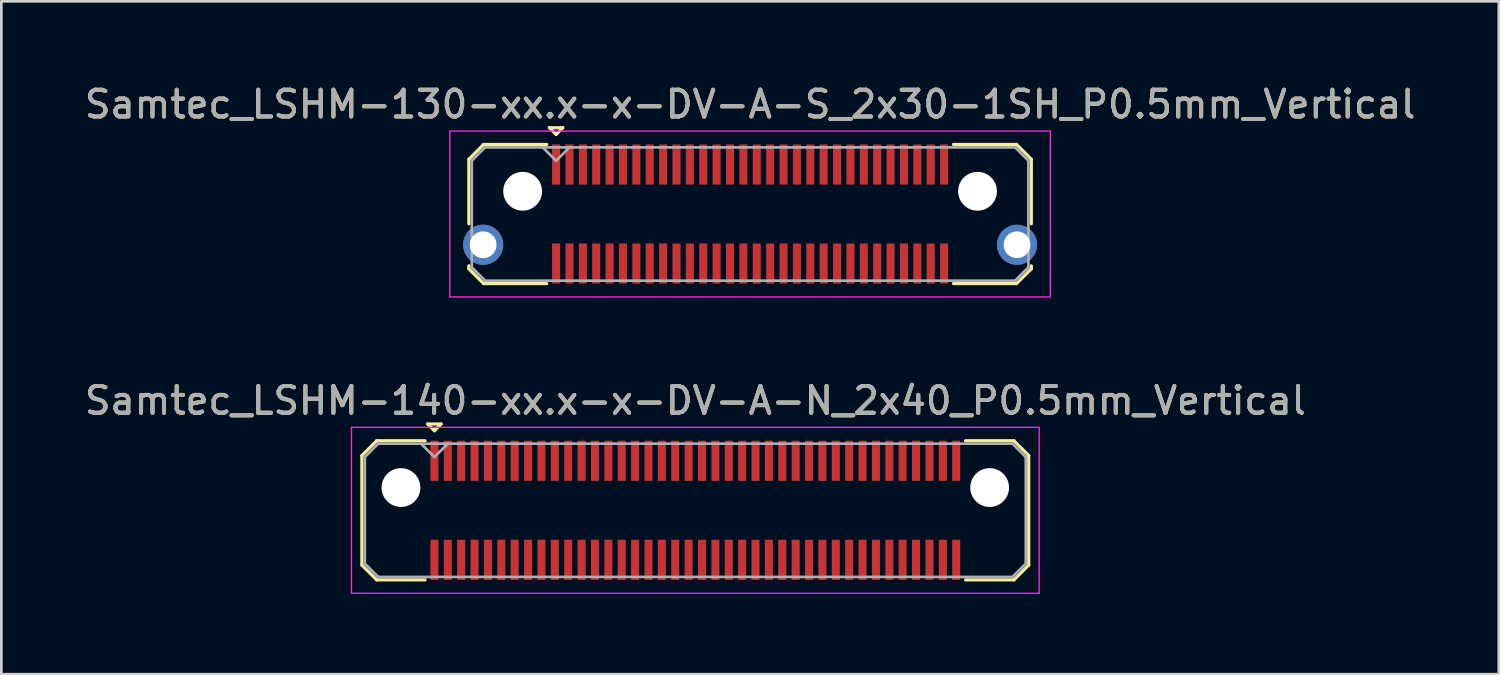
<source format=kicad_pcb>
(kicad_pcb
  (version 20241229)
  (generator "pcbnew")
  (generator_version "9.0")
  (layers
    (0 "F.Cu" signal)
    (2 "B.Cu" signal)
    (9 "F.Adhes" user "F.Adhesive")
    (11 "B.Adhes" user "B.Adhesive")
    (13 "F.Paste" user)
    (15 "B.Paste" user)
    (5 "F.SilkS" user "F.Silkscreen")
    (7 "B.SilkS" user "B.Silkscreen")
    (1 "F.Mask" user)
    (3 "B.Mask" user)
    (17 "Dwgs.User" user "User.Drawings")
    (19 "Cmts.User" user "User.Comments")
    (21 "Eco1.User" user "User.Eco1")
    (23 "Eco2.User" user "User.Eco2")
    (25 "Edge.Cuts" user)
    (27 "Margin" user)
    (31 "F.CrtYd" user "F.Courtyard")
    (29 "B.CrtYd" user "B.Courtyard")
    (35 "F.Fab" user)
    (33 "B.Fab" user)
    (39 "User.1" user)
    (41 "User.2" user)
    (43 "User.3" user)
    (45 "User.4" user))
  (footprint "Samtec_LSHM-130-xx.x-x-DV-A-S_2x30-1SH_P0.5mm_Vertical"
    (layer "F.Cu")
    (at 24.982 4.948)
    (property "Reference" "Samtec_LSHM-130-xx.x-x-DV-A-S_2x30-1SH_P0.5mm_Vertical" (at 0 -4.1 0) (layer "F.SilkS") (effects (font (size 1 1) (thickness 0.15))))
    (attr smd)
    (fp_line (start -10.51 -2.047) (end -10.51 0.365) (stroke (width 0.12) (type solid)) (layer "F.SilkS"))
    (fp_line (start -10.51 1.935) (end -10.51 2.047) (stroke (width 0.12) (type solid)) (layer "F.SilkS"))
    (fp_line (start -10.51 2.047) (end -9.957 2.6) (stroke (width 0.12) (type solid)) (layer "F.SilkS"))
    (fp_line (start -9.957 -2.6) (end -10.51 -2.047) (stroke (width 0.12) (type solid)) (layer "F.SilkS"))
    (fp_line (start -9.957 2.6) (end -7.6 2.6) (stroke (width 0.12) (type solid)) (layer "F.SilkS"))
    (fp_line (start -7.6 -2.6) (end -9.957 -2.6) (stroke (width 0.12) (type solid)) (layer "F.SilkS"))
    (fp_line (start -7.5 -3.225) (end -7 -3.225) (stroke (width 0.12) (type solid)) (layer "F.SilkS"))
    (fp_line (start -7.25 -2.975) (end -7.5 -3.225) (stroke (width 0.12) (type solid)) (layer "F.SilkS"))
    (fp_line (start -7 -3.225) (end -7.25 -2.975) (stroke (width 0.12) (type solid)) (layer "F.SilkS"))
    (fp_line (start 7.6 -2.6) (end 9.957 -2.6) (stroke (width 0.12) (type solid)) (layer "F.SilkS"))
    (fp_line (start 9.957 -2.6) (end 10.51 -2.047) (stroke (width 0.12) (type solid)) (layer "F.SilkS"))
    (fp_line (start 9.957 2.6) (end 7.6 2.6) (stroke (width 0.12) (type solid)) (layer "F.SilkS"))
    (fp_line (start 10.51 -2.047) (end 10.51 0.365) (stroke (width 0.12) (type solid)) (layer "F.SilkS"))
    (fp_line (start 10.51 1.935) (end 10.51 2.047) (stroke (width 0.12) (type solid)) (layer "F.SilkS"))
    (fp_line (start 10.51 2.047) (end 9.957 2.6) (stroke (width 0.12) (type solid)) (layer "F.SilkS"))
    (fp_line (start -11.22 -3.1) (end -11.22 3.1) (stroke (width 0.05) (type solid)) (layer "F.CrtYd"))
    (fp_line (start -11.22 3.1) (end 11.22 3.1) (stroke (width 0.05) (type solid)) (layer "F.CrtYd"))
    (fp_line (start 11.22 -3.1) (end -11.22 -3.1) (stroke (width 0.05) (type solid)) (layer "F.CrtYd"))
    (fp_line (start 11.22 3.1) (end 11.22 -3.1) (stroke (width 0.05) (type solid)) (layer "F.CrtYd"))
    (fp_line (start -10.4 -1.992) (end -10.4 1.992) (stroke (width 0.1) (type solid)) (layer "F.Fab"))
    (fp_line (start -10.4 1.992) (end -9.902 2.49) (stroke (width 0.1) (type solid)) (layer "F.Fab"))
    (fp_line (start -9.902 -2.49) (end -10.4 -1.992) (stroke (width 0.1) (type solid)) (layer "F.Fab"))
    (fp_line (start -9.902 2.49) (end 9.902 2.49) (stroke (width 0.1) (type solid)) (layer "F.Fab"))
    (fp_line (start -7.25 -1.99) (end -7.75 -2.49) (stroke (width 0.1) (type solid)) (layer "F.Fab"))
    (fp_line (start -6.75 -2.49) (end -7.25 -1.99) (stroke (width 0.1) (type solid)) (layer "F.Fab"))
    (fp_line (start 9.902 -2.49) (end -9.902 -2.49) (stroke (width 0.1) (type solid)) (layer "F.Fab"))
    (fp_line (start 9.902 2.49) (end 10.4 1.992) (stroke (width 0.1) (type solid)) (layer "F.Fab"))
    (fp_line (start 10.4 -1.992) (end 9.902 -2.49) (stroke (width 0.1) (type solid)) (layer "F.Fab"))
    (fp_line (start 10.4 1.992) (end 10.4 -1.992) (stroke (width 0.1) (type solid)) (layer "F.Fab"))
    (fp_text user "${REFERENCE}" (at 0 -4.1 0) (layer "F.Fab") (effects (font (size 1 1) (thickness 0.15))))
    (pad "" np_thru_hole circle (at -8.5 -0.85) (size 1.45 1.45) (drill 1.45) (layers "*.Cu" "*.Mask"))
    (pad "" np_thru_hole circle (at 8.5 -0.85) (size 1.45 1.45) (drill 1.45) (layers "*.Cu" "*.Mask"))
    (pad "1" smd rect (at -7.25 -1.85) (size 0.3 1.5) (layers "F.Cu" "F.Mask" "F.Paste"))
    (pad "2" smd rect (at -7.25 1.85) (size 0.3 1.5) (layers "F.Cu" "F.Mask" "F.Paste"))
    (pad "3" smd rect (at -6.75 -1.85) (size 0.3 1.5) (layers "F.Cu" "F.Mask" "F.Paste"))
    (pad "4" smd rect (at -6.75 1.85) (size 0.3 1.5) (layers "F.Cu" "F.Mask" "F.Paste"))
    (pad "5" smd rect (at -6.25 -1.85) (size 0.3 1.5) (layers "F.Cu" "F.Mask" "F.Paste"))
    (pad "6" smd rect (at -6.25 1.85) (size 0.3 1.5) (layers "F.Cu" "F.Mask" "F.Paste"))
    (pad "7" smd rect (at -5.75 -1.85) (size 0.3 1.5) (layers "F.Cu" "F.Mask" "F.Paste"))
    (pad "8" smd rect (at -5.75 1.85) (size 0.3 1.5) (layers "F.Cu" "F.Mask" "F.Paste"))
    (pad "9" smd rect (at -5.25 -1.85) (size 0.3 1.5) (layers "F.Cu" "F.Mask" "F.Paste"))
    (pad "10" smd rect (at -5.25 1.85) (size 0.3 1.5) (layers "F.Cu" "F.Mask" "F.Paste"))
    (pad "11" smd rect (at -4.75 -1.85) (size 0.3 1.5) (layers "F.Cu" "F.Mask" "F.Paste"))
    (pad "12" smd rect (at -4.75 1.85) (size 0.3 1.5) (layers "F.Cu" "F.Mask" "F.Paste"))
    (pad "13" smd rect (at -4.25 -1.85) (size 0.3 1.5) (layers "F.Cu" "F.Mask" "F.Paste"))
    (pad "14" smd rect (at -4.25 1.85) (size 0.3 1.5) (layers "F.Cu" "F.Mask" "F.Paste"))
    (pad "15" smd rect (at -3.75 -1.85) (size 0.3 1.5) (layers "F.Cu" "F.Mask" "F.Paste"))
    (pad "16" smd rect (at -3.75 1.85) (size 0.3 1.5) (layers "F.Cu" "F.Mask" "F.Paste"))
    (pad "17" smd rect (at -3.25 -1.85) (size 0.3 1.5) (layers "F.Cu" "F.Mask" "F.Paste"))
    (pad "18" smd rect (at -3.25 1.85) (size 0.3 1.5) (layers "F.Cu" "F.Mask" "F.Paste"))
    (pad "19" smd rect (at -2.75 -1.85) (size 0.3 1.5) (layers "F.Cu" "F.Mask" "F.Paste"))
    (pad "20" smd rect (at -2.75 1.85) (size 0.3 1.5) (layers "F.Cu" "F.Mask" "F.Paste"))
    (pad "21" smd rect (at -2.25 -1.85) (size 0.3 1.5) (layers "F.Cu" "F.Mask" "F.Paste"))
    (pad "22" smd rect (at -2.25 1.85) (size 0.3 1.5) (layers "F.Cu" "F.Mask" "F.Paste"))
    (pad "23" smd rect (at -1.75 -1.85) (size 0.3 1.5) (layers "F.Cu" "F.Mask" "F.Paste"))
    (pad "24" smd rect (at -1.75 1.85) (size 0.3 1.5) (layers "F.Cu" "F.Mask" "F.Paste"))
    (pad "25" smd rect (at -1.25 -1.85) (size 0.3 1.5) (layers "F.Cu" "F.Mask" "F.Paste"))
    (pad "26" smd rect (at -1.25 1.85) (size 0.3 1.5) (layers "F.Cu" "F.Mask" "F.Paste"))
    (pad "27" smd rect (at -0.75 -1.85) (size 0.3 1.5) (layers "F.Cu" "F.Mask" "F.Paste"))
    (pad "28" smd rect (at -0.75 1.85) (size 0.3 1.5) (layers "F.Cu" "F.Mask" "F.Paste"))
    (pad "29" smd rect (at -0.25 -1.85) (size 0.3 1.5) (layers "F.Cu" "F.Mask" "F.Paste"))
    (pad "30" smd rect (at -0.25 1.85) (size 0.3 1.5) (layers "F.Cu" "F.Mask" "F.Paste"))
    (pad "31" smd rect (at 0.25 -1.85) (size 0.3 1.5) (layers "F.Cu" "F.Mask" "F.Paste"))
    (pad "32" smd rect (at 0.25 1.85) (size 0.3 1.5) (layers "F.Cu" "F.Mask" "F.Paste"))
    (pad "33" smd rect (at 0.75 -1.85) (size 0.3 1.5) (layers "F.Cu" "F.Mask" "F.Paste"))
    (pad "34" smd rect (at 0.75 1.85) (size 0.3 1.5) (layers "F.Cu" "F.Mask" "F.Paste"))
    (pad "35" smd rect (at 1.25 -1.85) (size 0.3 1.5) (layers "F.Cu" "F.Mask" "F.Paste"))
    (pad "36" smd rect (at 1.25 1.85) (size 0.3 1.5) (layers "F.Cu" "F.Mask" "F.Paste"))
    (pad "37" smd rect (at 1.75 -1.85) (size 0.3 1.5) (layers "F.Cu" "F.Mask" "F.Paste"))
    (pad "38" smd rect (at 1.75 1.85) (size 0.3 1.5) (layers "F.Cu" "F.Mask" "F.Paste"))
    (pad "39" smd rect (at 2.25 -1.85) (size 0.3 1.5) (layers "F.Cu" "F.Mask" "F.Paste"))
    (pad "40" smd rect (at 2.25 1.85) (size 0.3 1.5) (layers "F.Cu" "F.Mask" "F.Paste"))
    (pad "41" smd rect (at 2.75 -1.85) (size 0.3 1.5) (layers "F.Cu" "F.Mask" "F.Paste"))
    (pad "42" smd rect (at 2.75 1.85) (size 0.3 1.5) (layers "F.Cu" "F.Mask" "F.Paste"))
    (pad "43" smd rect (at 3.25 -1.85) (size 0.3 1.5) (layers "F.Cu" "F.Mask" "F.Paste"))
    (pad "44" smd rect (at 3.25 1.85) (size 0.3 1.5) (layers "F.Cu" "F.Mask" "F.Paste"))
    (pad "45" smd rect (at 3.75 -1.85) (size 0.3 1.5) (layers "F.Cu" "F.Mask" "F.Paste"))
    (pad "46" smd rect (at 3.75 1.85) (size 0.3 1.5) (layers "F.Cu" "F.Mask" "F.Paste"))
    (pad "47" smd rect (at 4.25 -1.85) (size 0.3 1.5) (layers "F.Cu" "F.Mask" "F.Paste"))
    (pad "48" smd rect (at 4.25 1.85) (size 0.3 1.5) (layers "F.Cu" "F.Mask" "F.Paste"))
    (pad "49" smd rect (at 4.75 -1.85) (size 0.3 1.5) (layers "F.Cu" "F.Mask" "F.Paste"))
    (pad "50" smd rect (at 4.75 1.85) (size 0.3 1.5) (layers "F.Cu" "F.Mask" "F.Paste"))
    (pad "51" smd rect (at 5.25 -1.85) (size 0.3 1.5) (layers "F.Cu" "F.Mask" "F.Paste"))
    (pad "52" smd rect (at 5.25 1.85) (size 0.3 1.5) (layers "F.Cu" "F.Mask" "F.Paste"))
    (pad "53" smd rect (at 5.75 -1.85) (size 0.3 1.5) (layers "F.Cu" "F.Mask" "F.Paste"))
    (pad "54" smd rect (at 5.75 1.85) (size 0.3 1.5) (layers "F.Cu" "F.Mask" "F.Paste"))
    (pad "55" smd rect (at 6.25 -1.85) (size 0.3 1.5) (layers "F.Cu" "F.Mask" "F.Paste"))
    (pad "56" smd rect (at 6.25 1.85) (size 0.3 1.5) (layers "F.Cu" "F.Mask" "F.Paste"))
    (pad "57" smd rect (at 6.75 -1.85) (size 0.3 1.5) (layers "F.Cu" "F.Mask" "F.Paste"))
    (pad "58" smd rect (at 6.75 1.85) (size 0.3 1.5) (layers "F.Cu" "F.Mask" "F.Paste"))
    (pad "59" smd rect (at 7.25 -1.85) (size 0.3 1.5) (layers "F.Cu" "F.Mask" "F.Paste"))
    (pad "60" smd rect (at 7.25 1.85) (size 0.3 1.5) (layers "F.Cu" "F.Mask" "F.Paste"))
    (pad "SH" thru_hole circle (at -9.975 1.15) (size 1.5 1.5) (drill 1) (layers "*.Cu" "*.Mask"))
    (pad "SH" thru_hole circle (at 9.975 1.15) (size 1.5 1.5) (drill 1) (layers "*.Cu" "*.Mask")))
  (footprint "Samtec_LSHM-140-xx.x-x-DV-A-N_2x40_P0.5mm_Vertical"
    (layer "F.Cu")
    (at 22.935 16.021)
    (property "Reference" "Samtec_LSHM-140-xx.x-x-DV-A-N_2x40_P0.5mm_Vertical" (at 0 -4.1 0) (layer "F.SilkS") (effects (font (size 1 1) (thickness 0.15))))
    (attr smd)
    (fp_line (start -12.46 -2.047) (end -12.46 2.047) (stroke (width 0.12) (type solid)) (layer "F.SilkS"))
    (fp_line (start -12.46 2.047) (end -11.907 2.6) (stroke (width 0.12) (type solid)) (layer "F.SilkS"))
    (fp_line (start -11.907 -2.6) (end -12.46 -2.047) (stroke (width 0.12) (type solid)) (layer "F.SilkS"))
    (fp_line (start -11.907 2.6) (end -10.1 2.6) (stroke (width 0.12) (type solid)) (layer "F.SilkS"))
    (fp_line (start -10.1 -2.6) (end -11.907 -2.6) (stroke (width 0.12) (type solid)) (layer "F.SilkS"))
    (fp_line (start -10 -3.225) (end -9.5 -3.225) (stroke (width 0.12) (type solid)) (layer "F.SilkS"))
    (fp_line (start -9.75 -2.975) (end -10 -3.225) (stroke (width 0.12) (type solid)) (layer "F.SilkS"))
    (fp_line (start -9.5 -3.225) (end -9.75 -2.975) (stroke (width 0.12) (type solid)) (layer "F.SilkS"))
    (fp_line (start 10.1 -2.6) (end 11.907 -2.6) (stroke (width 0.12) (type solid)) (layer "F.SilkS"))
    (fp_line (start 11.907 -2.6) (end 12.46 -2.047) (stroke (width 0.12) (type solid)) (layer "F.SilkS"))
    (fp_line (start 11.907 2.6) (end 10.1 2.6) (stroke (width 0.12) (type solid)) (layer "F.SilkS"))
    (fp_line (start 12.46 -2.047) (end 12.46 2.047) (stroke (width 0.12) (type solid)) (layer "F.SilkS"))
    (fp_line (start 12.46 2.047) (end 11.907 2.6) (stroke (width 0.12) (type solid)) (layer "F.SilkS"))
    (fp_line (start -12.85 -3.1) (end -12.85 3.1) (stroke (width 0.05) (type solid)) (layer "F.CrtYd"))
    (fp_line (start -12.85 3.1) (end 12.85 3.1) (stroke (width 0.05) (type solid)) (layer "F.CrtYd"))
    (fp_line (start 12.85 -3.1) (end -12.85 -3.1) (stroke (width 0.05) (type solid)) (layer "F.CrtYd"))
    (fp_line (start 12.85 3.1) (end 12.85 -3.1) (stroke (width 0.05) (type solid)) (layer "F.CrtYd"))
    (fp_line (start -12.35 -1.992) (end -12.35 1.992) (stroke (width 0.1) (type solid)) (layer "F.Fab"))
    (fp_line (start -12.35 1.992) (end -11.852 2.49) (stroke (width 0.1) (type solid)) (layer "F.Fab"))
    (fp_line (start -11.852 -2.49) (end -12.35 -1.992) (stroke (width 0.1) (type solid)) (layer "F.Fab"))
    (fp_line (start -11.852 2.49) (end 11.852 2.49) (stroke (width 0.1) (type solid)) (layer "F.Fab"))
    (fp_line (start -9.75 -1.99) (end -10.25 -2.49) (stroke (width 0.1) (type solid)) (layer "F.Fab"))
    (fp_line (start -9.25 -2.49) (end -9.75 -1.99) (stroke (width 0.1) (type solid)) (layer "F.Fab"))
    (fp_line (start 11.852 -2.49) (end -11.852 -2.49) (stroke (width 0.1) (type solid)) (layer "F.Fab"))
    (fp_line (start 11.852 2.49) (end 12.35 1.992) (stroke (width 0.1) (type solid)) (layer "F.Fab"))
    (fp_line (start 12.35 -1.992) (end 11.852 -2.49) (stroke (width 0.1) (type solid)) (layer "F.Fab"))
    (fp_line (start 12.35 1.992) (end 12.35 -1.992) (stroke (width 0.1) (type solid)) (layer "F.Fab"))
    (fp_text user "${REFERENCE}" (at 0 -4.1 0) (layer "F.Fab") (effects (font (size 1 1) (thickness 0.15))))
    (pad "" np_thru_hole circle (at -11 -0.85) (size 1.45 1.45) (drill 1.45) (layers "*.Cu" "*.Mask"))
    (pad "" np_thru_hole circle (at 11 -0.85) (size 1.45 1.45) (drill 1.45) (layers "*.Cu" "*.Mask"))
    (pad "1" smd rect (at -9.75 -1.85) (size 0.3 1.5) (layers "F.Cu" "F.Mask" "F.Paste"))
    (pad "2" smd rect (at -9.75 1.85) (size 0.3 1.5) (layers "F.Cu" "F.Mask" "F.Paste"))
    (pad "3" smd rect (at -9.25 -1.85) (size 0.3 1.5) (layers "F.Cu" "F.Mask" "F.Paste"))
    (pad "4" smd rect (at -9.25 1.85) (size 0.3 1.5) (layers "F.Cu" "F.Mask" "F.Paste"))
    (pad "5" smd rect (at -8.75 -1.85) (size 0.3 1.5) (layers "F.Cu" "F.Mask" "F.Paste"))
    (pad "6" smd rect (at -8.75 1.85) (size 0.3 1.5) (layers "F.Cu" "F.Mask" "F.Paste"))
    (pad "7" smd rect (at -8.25 -1.85) (size 0.3 1.5) (layers "F.Cu" "F.Mask" "F.Paste"))
    (pad "8" smd rect (at -8.25 1.85) (size 0.3 1.5) (layers "F.Cu" "F.Mask" "F.Paste"))
    (pad "9" smd rect (at -7.75 -1.85) (size 0.3 1.5) (layers "F.Cu" "F.Mask" "F.Paste"))
    (pad "10" smd rect (at -7.75 1.85) (size 0.3 1.5) (layers "F.Cu" "F.Mask" "F.Paste"))
    (pad "11" smd rect (at -7.25 -1.85) (size 0.3 1.5) (layers "F.Cu" "F.Mask" "F.Paste"))
    (pad "12" smd rect (at -7.25 1.85) (size 0.3 1.5) (layers "F.Cu" "F.Mask" "F.Paste"))
    (pad "13" smd rect (at -6.75 -1.85) (size 0.3 1.5) (layers "F.Cu" "F.Mask" "F.Paste"))
    (pad "14" smd rect (at -6.75 1.85) (size 0.3 1.5) (layers "F.Cu" "F.Mask" "F.Paste"))
    (pad "15" smd rect (at -6.25 -1.85) (size 0.3 1.5) (layers "F.Cu" "F.Mask" "F.Paste"))
    (pad "16" smd rect (at -6.25 1.85) (size 0.3 1.5) (layers "F.Cu" "F.Mask" "F.Paste"))
    (pad "17" smd rect (at -5.75 -1.85) (size 0.3 1.5) (layers "F.Cu" "F.Mask" "F.Paste"))
    (pad "18" smd rect (at -5.75 1.85) (size 0.3 1.5) (layers "F.Cu" "F.Mask" "F.Paste"))
    (pad "19" smd rect (at -5.25 -1.85) (size 0.3 1.5) (layers "F.Cu" "F.Mask" "F.Paste"))
    (pad "20" smd rect (at -5.25 1.85) (size 0.3 1.5) (layers "F.Cu" "F.Mask" "F.Paste"))
    (pad "21" smd rect (at -4.75 -1.85) (size 0.3 1.5) (layers "F.Cu" "F.Mask" "F.Paste"))
    (pad "22" smd rect (at -4.75 1.85) (size 0.3 1.5) (layers "F.Cu" "F.Mask" "F.Paste"))
    (pad "23" smd rect (at -4.25 -1.85) (size 0.3 1.5) (layers "F.Cu" "F.Mask" "F.Paste"))
    (pad "24" smd rect (at -4.25 1.85) (size 0.3 1.5) (layers "F.Cu" "F.Mask" "F.Paste"))
    (pad "25" smd rect (at -3.75 -1.85) (size 0.3 1.5) (layers "F.Cu" "F.Mask" "F.Paste"))
    (pad "26" smd rect (at -3.75 1.85) (size 0.3 1.5) (layers "F.Cu" "F.Mask" "F.Paste"))
    (pad "27" smd rect (at -3.25 -1.85) (size 0.3 1.5) (layers "F.Cu" "F.Mask" "F.Paste"))
    (pad "28" smd rect (at -3.25 1.85) (size 0.3 1.5) (layers "F.Cu" "F.Mask" "F.Paste"))
    (pad "29" smd rect (at -2.75 -1.85) (size 0.3 1.5) (layers "F.Cu" "F.Mask" "F.Paste"))
    (pad "30" smd rect (at -2.75 1.85) (size 0.3 1.5) (layers "F.Cu" "F.Mask" "F.Paste"))
    (pad "31" smd rect (at -2.25 -1.85) (size 0.3 1.5) (layers "F.Cu" "F.Mask" "F.Paste"))
    (pad "32" smd rect (at -2.25 1.85) (size 0.3 1.5) (layers "F.Cu" "F.Mask" "F.Paste"))
    (pad "33" smd rect (at -1.75 -1.85) (size 0.3 1.5) (layers "F.Cu" "F.Mask" "F.Paste"))
    (pad "34" smd rect (at -1.75 1.85) (size 0.3 1.5) (layers "F.Cu" "F.Mask" "F.Paste"))
    (pad "35" smd rect (at -1.25 -1.85) (size 0.3 1.5) (layers "F.Cu" "F.Mask" "F.Paste"))
    (pad "36" smd rect (at -1.25 1.85) (size 0.3 1.5) (layers "F.Cu" "F.Mask" "F.Paste"))
    (pad "37" smd rect (at -0.75 -1.85) (size 0.3 1.5) (layers "F.Cu" "F.Mask" "F.Paste"))
    (pad "38" smd rect (at -0.75 1.85) (size 0.3 1.5) (layers "F.Cu" "F.Mask" "F.Paste"))
    (pad "39" smd rect (at -0.25 -1.85) (size 0.3 1.5) (layers "F.Cu" "F.Mask" "F.Paste"))
    (pad "40" smd rect (at -0.25 1.85) (size 0.3 1.5) (layers "F.Cu" "F.Mask" "F.Paste"))
    (pad "41" smd rect (at 0.25 -1.85) (size 0.3 1.5) (layers "F.Cu" "F.Mask" "F.Paste"))
    (pad "42" smd rect (at 0.25 1.85) (size 0.3 1.5) (layers "F.Cu" "F.Mask" "F.Paste"))
    (pad "43" smd rect (at 0.75 -1.85) (size 0.3 1.5) (layers "F.Cu" "F.Mask" "F.Paste"))
    (pad "44" smd rect (at 0.75 1.85) (size 0.3 1.5) (layers "F.Cu" "F.Mask" "F.Paste"))
    (pad "45" smd rect (at 1.25 -1.85) (size 0.3 1.5) (layers "F.Cu" "F.Mask" "F.Paste"))
    (pad "46" smd rect (at 1.25 1.85) (size 0.3 1.5) (layers "F.Cu" "F.Mask" "F.Paste"))
    (pad "47" smd rect (at 1.75 -1.85) (size 0.3 1.5) (layers "F.Cu" "F.Mask" "F.Paste"))
    (pad "48" smd rect (at 1.75 1.85) (size 0.3 1.5) (layers "F.Cu" "F.Mask" "F.Paste"))
    (pad "49" smd rect (at 2.25 -1.85) (size 0.3 1.5) (layers "F.Cu" "F.Mask" "F.Paste"))
    (pad "50" smd rect (at 2.25 1.85) (size 0.3 1.5) (layers "F.Cu" "F.Mask" "F.Paste"))
    (pad "51" smd rect (at 2.75 -1.85) (size 0.3 1.5) (layers "F.Cu" "F.Mask" "F.Paste"))
    (pad "52" smd rect (at 2.75 1.85) (size 0.3 1.5) (layers "F.Cu" "F.Mask" "F.Paste"))
    (pad "53" smd rect (at 3.25 -1.85) (size 0.3 1.5) (layers "F.Cu" "F.Mask" "F.Paste"))
    (pad "54" smd rect (at 3.25 1.85) (size 0.3 1.5) (layers "F.Cu" "F.Mask" "F.Paste"))
    (pad "55" smd rect (at 3.75 -1.85) (size 0.3 1.5) (layers "F.Cu" "F.Mask" "F.Paste"))
    (pad "56" smd rect (at 3.75 1.85) (size 0.3 1.5) (layers "F.Cu" "F.Mask" "F.Paste"))
    (pad "57" smd rect (at 4.25 -1.85) (size 0.3 1.5) (layers "F.Cu" "F.Mask" "F.Paste"))
    (pad "58" smd rect (at 4.25 1.85) (size 0.3 1.5) (layers "F.Cu" "F.Mask" "F.Paste"))
    (pad "59" smd rect (at 4.75 -1.85) (size 0.3 1.5) (layers "F.Cu" "F.Mask" "F.Paste"))
    (pad "60" smd rect (at 4.75 1.85) (size 0.3 1.5) (layers "F.Cu" "F.Mask" "F.Paste"))
    (pad "61" smd rect (at 5.25 -1.85) (size 0.3 1.5) (layers "F.Cu" "F.Mask" "F.Paste"))
    (pad "62" smd rect (at 5.25 1.85) (size 0.3 1.5) (layers "F.Cu" "F.Mask" "F.Paste"))
    (pad "63" smd rect (at 5.75 -1.85) (size 0.3 1.5) (layers "F.Cu" "F.Mask" "F.Paste"))
    (pad "64" smd rect (at 5.75 1.85) (size 0.3 1.5) (layers "F.Cu" "F.Mask" "F.Paste"))
    (pad "65" smd rect (at 6.25 -1.85) (size 0.3 1.5) (layers "F.Cu" "F.Mask" "F.Paste"))
    (pad "66" smd rect (at 6.25 1.85) (size 0.3 1.5) (layers "F.Cu" "F.Mask" "F.Paste"))
    (pad "67" smd rect (at 6.75 -1.85) (size 0.3 1.5) (layers "F.Cu" "F.Mask" "F.Paste"))
    (pad "68" smd rect (at 6.75 1.85) (size 0.3 1.5) (layers "F.Cu" "F.Mask" "F.Paste"))
    (pad "69" smd rect (at 7.25 -1.85) (size 0.3 1.5) (layers "F.Cu" "F.Mask" "F.Paste"))
    (pad "70" smd rect (at 7.25 1.85) (size 0.3 1.5) (layers "F.Cu" "F.Mask" "F.Paste"))
    (pad "71" smd rect (at 7.75 -1.85) (size 0.3 1.5) (layers "F.Cu" "F.Mask" "F.Paste"))
    (pad "72" smd rect (at 7.75 1.85) (size 0.3 1.5) (layers "F.Cu" "F.Mask" "F.Paste"))
    (pad "73" smd rect (at 8.25 -1.85) (size 0.3 1.5) (layers "F.Cu" "F.Mask" "F.Paste"))
    (pad "74" smd rect (at 8.25 1.85) (size 0.3 1.5) (layers "F.Cu" "F.Mask" "F.Paste"))
    (pad "75" smd rect (at 8.75 -1.85) (size 0.3 1.5) (layers "F.Cu" "F.Mask" "F.Paste"))
    (pad "76" smd rect (at 8.75 1.85) (size 0.3 1.5) (layers "F.Cu" "F.Mask" "F.Paste"))
    (pad "77" smd rect (at 9.25 -1.85) (size 0.3 1.5) (layers "F.Cu" "F.Mask" "F.Paste"))
    (pad "78" smd rect (at 9.25 1.85) (size 0.3 1.5) (layers "F.Cu" "F.Mask" "F.Paste"))
    (pad "79" smd rect (at 9.75 -1.85) (size 0.3 1.5) (layers "F.Cu" "F.Mask" "F.Paste"))
    (pad "80" smd rect (at 9.75 1.85) (size 0.3 1.5) (layers "F.Cu" "F.Mask" "F.Paste")))
  (gr_rect
    (start -3 -3)
    (end 52.964 22.146)
    (stroke (width 0.1) (type default))
    (fill no)
    (layer "Edge.Cuts")))
</source>
